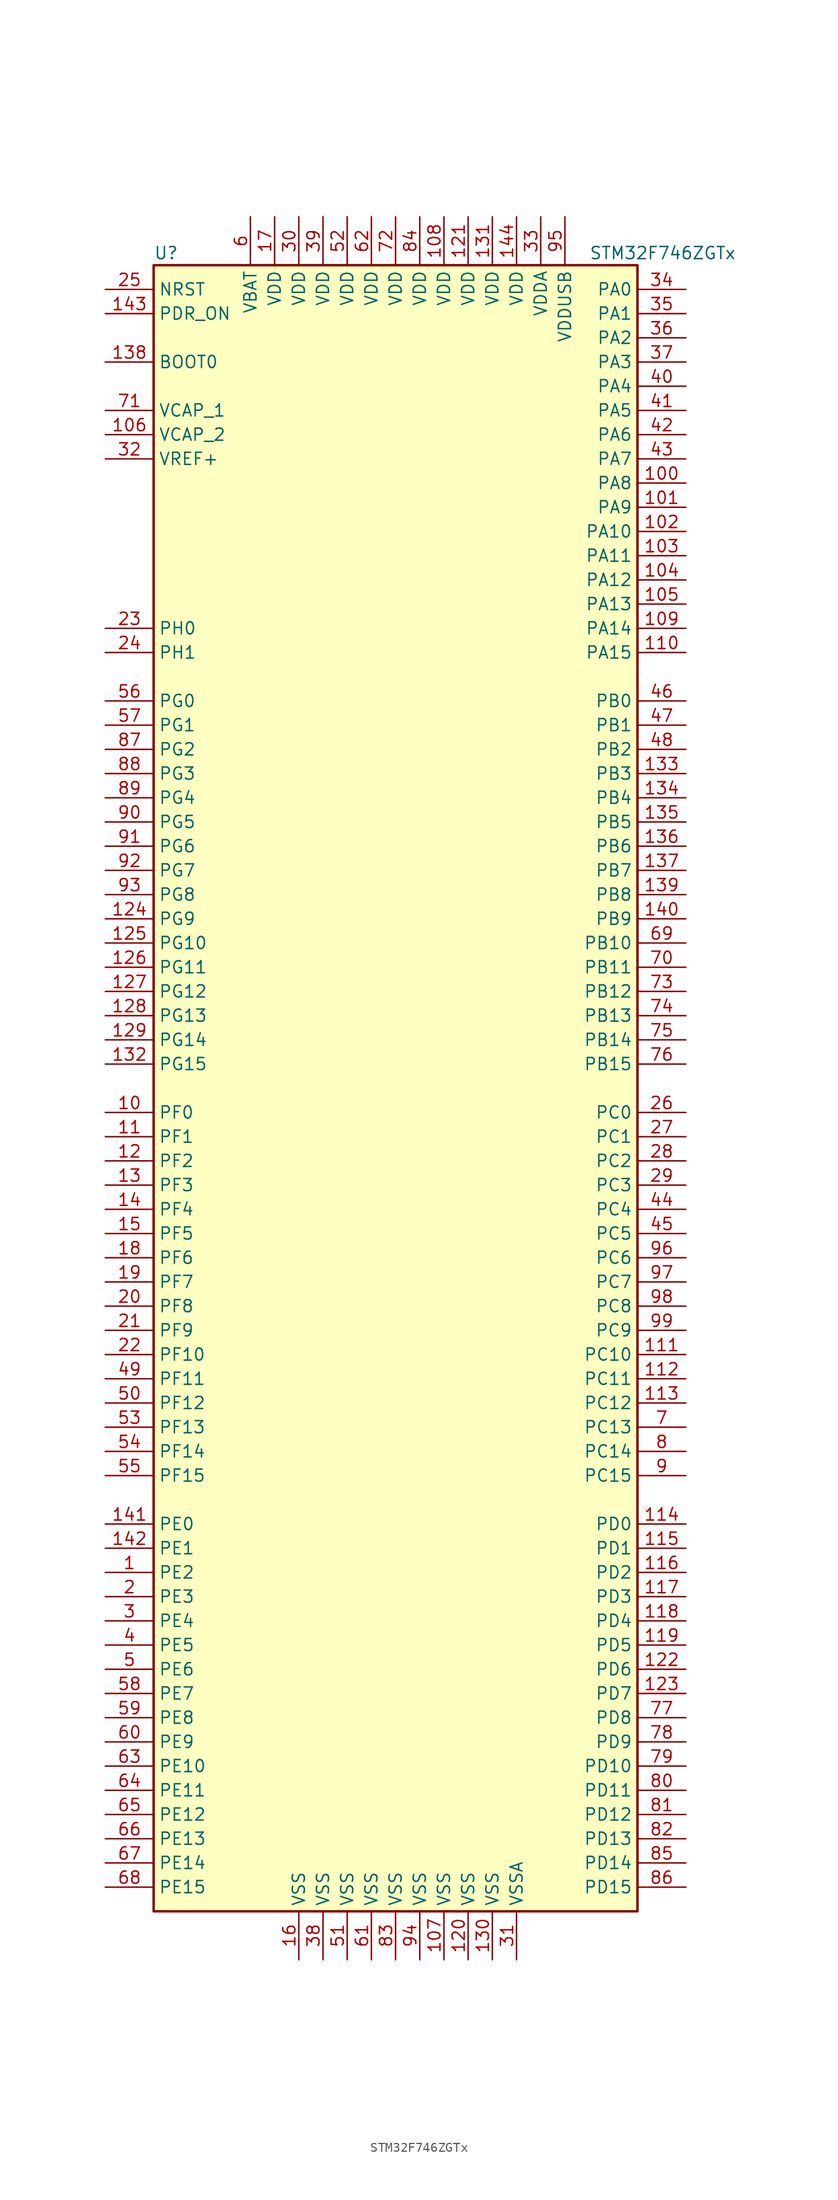
<source format=kicad_sym>
(kicad_symbol_lib
  (version 20201005)
  (generator kicad_symbol_editor)
  (symbol "STM32F746ZGTx"
    (property "Reference" "U"
      (at -25.4 87.63 0)
      (effects (font (size 1.27 1.27)) (justify left)))
    (property "Value" "STM32F746ZGTx"
      (at 20.32 87.63 0)
      (effects (font (size 1.27 1.27)) (justify left)))
    (symbol "STM32F746ZGTx_0_1"
      (rectangle (start -25.4 -86.36) (end 25.4 86.36) (stroke (width 0.254)) (fill (type background))))
    (symbol "STM32F746ZGTx_1_1"
      (pin input line (at -30.48 76.2 0) (length 5.08) (name "BOOT0" (effects (font (size 1.27 1.27)))) (number "138" (effects (font (size 1.27 1.27)))))
      (pin input line (at -30.48 83.82 0) (length 5.08) (name "NRST" (effects (font (size 1.27 1.27)))) (number "25" (effects (font (size 1.27 1.27)))))
      (pin bidirectional line (at 30.48 83.82 180) (length 5.08) (name "PA0" (effects (font (size 1.27 1.27)))) (number "34" (effects (font (size 1.27 1.27)))))
      (pin bidirectional line (at 30.48 81.28 180) (length 5.08) (name "PA1" (effects (font (size 1.27 1.27)))) (number "35" (effects (font (size 1.27 1.27)))))
      (pin bidirectional line (at 30.48 58.42 180) (length 5.08) (name "PA10" (effects (font (size 1.27 1.27)))) (number "102" (effects (font (size 1.27 1.27)))))
      (pin bidirectional line (at 30.48 55.88 180) (length 5.08) (name "PA11" (effects (font (size 1.27 1.27)))) (number "103" (effects (font (size 1.27 1.27)))))
      (pin bidirectional line (at 30.48 53.34 180) (length 5.08) (name "PA12" (effects (font (size 1.27 1.27)))) (number "104" (effects (font (size 1.27 1.27)))))
      (pin bidirectional line (at 30.48 50.8 180) (length 5.08) (name "PA13" (effects (font (size 1.27 1.27)))) (number "105" (effects (font (size 1.27 1.27)))))
      (pin bidirectional line (at 30.48 48.26 180) (length 5.08) (name "PA14" (effects (font (size 1.27 1.27)))) (number "109" (effects (font (size 1.27 1.27)))))
      (pin bidirectional line (at 30.48 45.72 180) (length 5.08) (name "PA15" (effects (font (size 1.27 1.27)))) (number "110" (effects (font (size 1.27 1.27)))))
      (pin bidirectional line (at 30.48 78.74 180) (length 5.08) (name "PA2" (effects (font (size 1.27 1.27)))) (number "36" (effects (font (size 1.27 1.27)))))
      (pin bidirectional line (at 30.48 76.2 180) (length 5.08) (name "PA3" (effects (font (size 1.27 1.27)))) (number "37" (effects (font (size 1.27 1.27)))))
      (pin bidirectional line (at 30.48 73.66 180) (length 5.08) (name "PA4" (effects (font (size 1.27 1.27)))) (number "40" (effects (font (size 1.27 1.27)))))
      (pin bidirectional line (at 30.48 71.12 180) (length 5.08) (name "PA5" (effects (font (size 1.27 1.27)))) (number "41" (effects (font (size 1.27 1.27)))))
      (pin bidirectional line (at 30.48 68.58 180) (length 5.08) (name "PA6" (effects (font (size 1.27 1.27)))) (number "42" (effects (font (size 1.27 1.27)))))
      (pin bidirectional line (at 30.48 66.04 180) (length 5.08) (name "PA7" (effects (font (size 1.27 1.27)))) (number "43" (effects (font (size 1.27 1.27)))))
      (pin bidirectional line (at 30.48 63.5 180) (length 5.08) (name "PA8" (effects (font (size 1.27 1.27)))) (number "100" (effects (font (size 1.27 1.27)))))
      (pin bidirectional line (at 30.48 60.96 180) (length 5.08) (name "PA9" (effects (font (size 1.27 1.27)))) (number "101" (effects (font (size 1.27 1.27)))))
      (pin bidirectional line (at 30.48 40.64 180) (length 5.08) (name "PB0" (effects (font (size 1.27 1.27)))) (number "46" (effects (font (size 1.27 1.27)))))
      (pin bidirectional line (at 30.48 38.1 180) (length 5.08) (name "PB1" (effects (font (size 1.27 1.27)))) (number "47" (effects (font (size 1.27 1.27)))))
      (pin bidirectional line (at 30.48 15.24 180) (length 5.08) (name "PB10" (effects (font (size 1.27 1.27)))) (number "69" (effects (font (size 1.27 1.27)))))
      (pin bidirectional line (at 30.48 12.7 180) (length 5.08) (name "PB11" (effects (font (size 1.27 1.27)))) (number "70" (effects (font (size 1.27 1.27)))))
      (pin bidirectional line (at 30.48 10.16 180) (length 5.08) (name "PB12" (effects (font (size 1.27 1.27)))) (number "73" (effects (font (size 1.27 1.27)))))
      (pin bidirectional line (at 30.48 7.62 180) (length 5.08) (name "PB13" (effects (font (size 1.27 1.27)))) (number "74" (effects (font (size 1.27 1.27)))))
      (pin bidirectional line (at 30.48 5.08 180) (length 5.08) (name "PB14" (effects (font (size 1.27 1.27)))) (number "75" (effects (font (size 1.27 1.27)))))
      (pin bidirectional line (at 30.48 2.54 180) (length 5.08) (name "PB15" (effects (font (size 1.27 1.27)))) (number "76" (effects (font (size 1.27 1.27)))))
      (pin bidirectional line (at 30.48 35.56 180) (length 5.08) (name "PB2" (effects (font (size 1.27 1.27)))) (number "48" (effects (font (size 1.27 1.27)))))
      (pin bidirectional line (at 30.48 33.02 180) (length 5.08) (name "PB3" (effects (font (size 1.27 1.27)))) (number "133" (effects (font (size 1.27 1.27)))))
      (pin bidirectional line (at 30.48 30.48 180) (length 5.08) (name "PB4" (effects (font (size 1.27 1.27)))) (number "134" (effects (font (size 1.27 1.27)))))
      (pin bidirectional line (at 30.48 27.94 180) (length 5.08) (name "PB5" (effects (font (size 1.27 1.27)))) (number "135" (effects (font (size 1.27 1.27)))))
      (pin bidirectional line (at 30.48 25.4 180) (length 5.08) (name "PB6" (effects (font (size 1.27 1.27)))) (number "136" (effects (font (size 1.27 1.27)))))
      (pin bidirectional line (at 30.48 22.86 180) (length 5.08) (name "PB7" (effects (font (size 1.27 1.27)))) (number "137" (effects (font (size 1.27 1.27)))))
      (pin bidirectional line (at 30.48 20.32 180) (length 5.08) (name "PB8" (effects (font (size 1.27 1.27)))) (number "139" (effects (font (size 1.27 1.27)))))
      (pin bidirectional line (at 30.48 17.78 180) (length 5.08) (name "PB9" (effects (font (size 1.27 1.27)))) (number "140" (effects (font (size 1.27 1.27)))))
      (pin bidirectional line (at 30.48 -2.54 180) (length 5.08) (name "PC0" (effects (font (size 1.27 1.27)))) (number "26" (effects (font (size 1.27 1.27)))))
      (pin bidirectional line (at 30.48 -5.08 180) (length 5.08) (name "PC1" (effects (font (size 1.27 1.27)))) (number "27" (effects (font (size 1.27 1.27)))))
      (pin bidirectional line (at 30.48 -27.94 180) (length 5.08) (name "PC10" (effects (font (size 1.27 1.27)))) (number "111" (effects (font (size 1.27 1.27)))))
      (pin bidirectional line (at 30.48 -30.48 180) (length 5.08) (name "PC11" (effects (font (size 1.27 1.27)))) (number "112" (effects (font (size 1.27 1.27)))))
      (pin bidirectional line (at 30.48 -33.02 180) (length 5.08) (name "PC12" (effects (font (size 1.27 1.27)))) (number "113" (effects (font (size 1.27 1.27)))))
      (pin bidirectional line (at 30.48 -35.56 180) (length 5.08) (name "PC13" (effects (font (size 1.27 1.27)))) (number "7" (effects (font (size 1.27 1.27)))))
      (pin bidirectional line (at 30.48 -38.1 180) (length 5.08) (name "PC14" (effects (font (size 1.27 1.27)))) (number "8" (effects (font (size 1.27 1.27)))))
      (pin bidirectional line (at 30.48 -40.64 180) (length 5.08) (name "PC15" (effects (font (size 1.27 1.27)))) (number "9" (effects (font (size 1.27 1.27)))))
      (pin bidirectional line (at 30.48 -7.62 180) (length 5.08) (name "PC2" (effects (font (size 1.27 1.27)))) (number "28" (effects (font (size 1.27 1.27)))))
      (pin bidirectional line (at 30.48 -10.16 180) (length 5.08) (name "PC3" (effects (font (size 1.27 1.27)))) (number "29" (effects (font (size 1.27 1.27)))))
      (pin bidirectional line (at 30.48 -12.7 180) (length 5.08) (name "PC4" (effects (font (size 1.27 1.27)))) (number "44" (effects (font (size 1.27 1.27)))))
      (pin bidirectional line (at 30.48 -15.24 180) (length 5.08) (name "PC5" (effects (font (size 1.27 1.27)))) (number "45" (effects (font (size 1.27 1.27)))))
      (pin bidirectional line (at 30.48 -17.78 180) (length 5.08) (name "PC6" (effects (font (size 1.27 1.27)))) (number "96" (effects (font (size 1.27 1.27)))))
      (pin bidirectional line (at 30.48 -20.32 180) (length 5.08) (name "PC7" (effects (font (size 1.27 1.27)))) (number "97" (effects (font (size 1.27 1.27)))))
      (pin bidirectional line (at 30.48 -22.86 180) (length 5.08) (name "PC8" (effects (font (size 1.27 1.27)))) (number "98" (effects (font (size 1.27 1.27)))))
      (pin bidirectional line (at 30.48 -25.4 180) (length 5.08) (name "PC9" (effects (font (size 1.27 1.27)))) (number "99" (effects (font (size 1.27 1.27)))))
      (pin bidirectional line (at 30.48 -45.72 180) (length 5.08) (name "PD0" (effects (font (size 1.27 1.27)))) (number "114" (effects (font (size 1.27 1.27)))))
      (pin bidirectional line (at 30.48 -48.26 180) (length 5.08) (name "PD1" (effects (font (size 1.27 1.27)))) (number "115" (effects (font (size 1.27 1.27)))))
      (pin bidirectional line (at 30.48 -71.12 180) (length 5.08) (name "PD10" (effects (font (size 1.27 1.27)))) (number "79" (effects (font (size 1.27 1.27)))))
      (pin bidirectional line (at 30.48 -73.66 180) (length 5.08) (name "PD11" (effects (font (size 1.27 1.27)))) (number "80" (effects (font (size 1.27 1.27)))))
      (pin bidirectional line (at 30.48 -76.2 180) (length 5.08) (name "PD12" (effects (font (size 1.27 1.27)))) (number "81" (effects (font (size 1.27 1.27)))))
      (pin bidirectional line (at 30.48 -78.74 180) (length 5.08) (name "PD13" (effects (font (size 1.27 1.27)))) (number "82" (effects (font (size 1.27 1.27)))))
      (pin bidirectional line (at 30.48 -81.28 180) (length 5.08) (name "PD14" (effects (font (size 1.27 1.27)))) (number "85" (effects (font (size 1.27 1.27)))))
      (pin bidirectional line (at 30.48 -83.82 180) (length 5.08) (name "PD15" (effects (font (size 1.27 1.27)))) (number "86" (effects (font (size 1.27 1.27)))))
      (pin bidirectional line (at 30.48 -50.8 180) (length 5.08) (name "PD2" (effects (font (size 1.27 1.27)))) (number "116" (effects (font (size 1.27 1.27)))))
      (pin bidirectional line (at 30.48 -53.34 180) (length 5.08) (name "PD3" (effects (font (size 1.27 1.27)))) (number "117" (effects (font (size 1.27 1.27)))))
      (pin bidirectional line (at 30.48 -55.88 180) (length 5.08) (name "PD4" (effects (font (size 1.27 1.27)))) (number "118" (effects (font (size 1.27 1.27)))))
      (pin bidirectional line (at 30.48 -58.42 180) (length 5.08) (name "PD5" (effects (font (size 1.27 1.27)))) (number "119" (effects (font (size 1.27 1.27)))))
      (pin bidirectional line (at 30.48 -60.96 180) (length 5.08) (name "PD6" (effects (font (size 1.27 1.27)))) (number "122" (effects (font (size 1.27 1.27)))))
      (pin bidirectional line (at 30.48 -63.5 180) (length 5.08) (name "PD7" (effects (font (size 1.27 1.27)))) (number "123" (effects (font (size 1.27 1.27)))))
      (pin bidirectional line (at 30.48 -66.04 180) (length 5.08) (name "PD8" (effects (font (size 1.27 1.27)))) (number "77" (effects (font (size 1.27 1.27)))))
      (pin bidirectional line (at 30.48 -68.58 180) (length 5.08) (name "PD9" (effects (font (size 1.27 1.27)))) (number "78" (effects (font (size 1.27 1.27)))))
      (pin input line (at -30.48 81.28 0) (length 5.08) (name "PDR_ON" (effects (font (size 1.27 1.27)))) (number "143" (effects (font (size 1.27 1.27)))))
      (pin bidirectional line (at -30.48 -45.72 0) (length 5.08) (name "PE0" (effects (font (size 1.27 1.27)))) (number "141" (effects (font (size 1.27 1.27)))))
      (pin bidirectional line (at -30.48 -48.26 0) (length 5.08) (name "PE1" (effects (font (size 1.27 1.27)))) (number "142" (effects (font (size 1.27 1.27)))))
      (pin bidirectional line (at -30.48 -71.12 0) (length 5.08) (name "PE10" (effects (font (size 1.27 1.27)))) (number "63" (effects (font (size 1.27 1.27)))))
      (pin bidirectional line (at -30.48 -73.66 0) (length 5.08) (name "PE11" (effects (font (size 1.27 1.27)))) (number "64" (effects (font (size 1.27 1.27)))))
      (pin bidirectional line (at -30.48 -76.2 0) (length 5.08) (name "PE12" (effects (font (size 1.27 1.27)))) (number "65" (effects (font (size 1.27 1.27)))))
      (pin bidirectional line (at -30.48 -78.74 0) (length 5.08) (name "PE13" (effects (font (size 1.27 1.27)))) (number "66" (effects (font (size 1.27 1.27)))))
      (pin bidirectional line (at -30.48 -81.28 0) (length 5.08) (name "PE14" (effects (font (size 1.27 1.27)))) (number "67" (effects (font (size 1.27 1.27)))))
      (pin bidirectional line (at -30.48 -83.82 0) (length 5.08) (name "PE15" (effects (font (size 1.27 1.27)))) (number "68" (effects (font (size 1.27 1.27)))))
      (pin bidirectional line (at -30.48 -50.8 0) (length 5.08) (name "PE2" (effects (font (size 1.27 1.27)))) (number "1" (effects (font (size 1.27 1.27)))))
      (pin bidirectional line (at -30.48 -53.34 0) (length 5.08) (name "PE3" (effects (font (size 1.27 1.27)))) (number "2" (effects (font (size 1.27 1.27)))))
      (pin bidirectional line (at -30.48 -55.88 0) (length 5.08) (name "PE4" (effects (font (size 1.27 1.27)))) (number "3" (effects (font (size 1.27 1.27)))))
      (pin bidirectional line (at -30.48 -58.42 0) (length 5.08) (name "PE5" (effects (font (size 1.27 1.27)))) (number "4" (effects (font (size 1.27 1.27)))))
      (pin bidirectional line (at -30.48 -60.96 0) (length 5.08) (name "PE6" (effects (font (size 1.27 1.27)))) (number "5" (effects (font (size 1.27 1.27)))))
      (pin bidirectional line (at -30.48 -63.5 0) (length 5.08) (name "PE7" (effects (font (size 1.27 1.27)))) (number "58" (effects (font (size 1.27 1.27)))))
      (pin bidirectional line (at -30.48 -66.04 0) (length 5.08) (name "PE8" (effects (font (size 1.27 1.27)))) (number "59" (effects (font (size 1.27 1.27)))))
      (pin bidirectional line (at -30.48 -68.58 0) (length 5.08) (name "PE9" (effects (font (size 1.27 1.27)))) (number "60" (effects (font (size 1.27 1.27)))))
      (pin bidirectional line (at -30.48 -2.54 0) (length 5.08) (name "PF0" (effects (font (size 1.27 1.27)))) (number "10" (effects (font (size 1.27 1.27)))))
      (pin bidirectional line (at -30.48 -5.08 0) (length 5.08) (name "PF1" (effects (font (size 1.27 1.27)))) (number "11" (effects (font (size 1.27 1.27)))))
      (pin bidirectional line (at -30.48 -27.94 0) (length 5.08) (name "PF10" (effects (font (size 1.27 1.27)))) (number "22" (effects (font (size 1.27 1.27)))))
      (pin bidirectional line (at -30.48 -30.48 0) (length 5.08) (name "PF11" (effects (font (size 1.27 1.27)))) (number "49" (effects (font (size 1.27 1.27)))))
      (pin bidirectional line (at -30.48 -33.02 0) (length 5.08) (name "PF12" (effects (font (size 1.27 1.27)))) (number "50" (effects (font (size 1.27 1.27)))))
      (pin bidirectional line (at -30.48 -35.56 0) (length 5.08) (name "PF13" (effects (font (size 1.27 1.27)))) (number "53" (effects (font (size 1.27 1.27)))))
      (pin bidirectional line (at -30.48 -38.1 0) (length 5.08) (name "PF14" (effects (font (size 1.27 1.27)))) (number "54" (effects (font (size 1.27 1.27)))))
      (pin bidirectional line (at -30.48 -40.64 0) (length 5.08) (name "PF15" (effects (font (size 1.27 1.27)))) (number "55" (effects (font (size 1.27 1.27)))))
      (pin bidirectional line (at -30.48 -7.62 0) (length 5.08) (name "PF2" (effects (font (size 1.27 1.27)))) (number "12" (effects (font (size 1.27 1.27)))))
      (pin bidirectional line (at -30.48 -10.16 0) (length 5.08) (name "PF3" (effects (font (size 1.27 1.27)))) (number "13" (effects (font (size 1.27 1.27)))))
      (pin bidirectional line (at -30.48 -12.7 0) (length 5.08) (name "PF4" (effects (font (size 1.27 1.27)))) (number "14" (effects (font (size 1.27 1.27)))))
      (pin bidirectional line (at -30.48 -15.24 0) (length 5.08) (name "PF5" (effects (font (size 1.27 1.27)))) (number "15" (effects (font (size 1.27 1.27)))))
      (pin bidirectional line (at -30.48 -17.78 0) (length 5.08) (name "PF6" (effects (font (size 1.27 1.27)))) (number "18" (effects (font (size 1.27 1.27)))))
      (pin bidirectional line (at -30.48 -20.32 0) (length 5.08) (name "PF7" (effects (font (size 1.27 1.27)))) (number "19" (effects (font (size 1.27 1.27)))))
      (pin bidirectional line (at -30.48 -22.86 0) (length 5.08) (name "PF8" (effects (font (size 1.27 1.27)))) (number "20" (effects (font (size 1.27 1.27)))))
      (pin bidirectional line (at -30.48 -25.4 0) (length 5.08) (name "PF9" (effects (font (size 1.27 1.27)))) (number "21" (effects (font (size 1.27 1.27)))))
      (pin bidirectional line (at -30.48 40.64 0) (length 5.08) (name "PG0" (effects (font (size 1.27 1.27)))) (number "56" (effects (font (size 1.27 1.27)))))
      (pin bidirectional line (at -30.48 38.1 0) (length 5.08) (name "PG1" (effects (font (size 1.27 1.27)))) (number "57" (effects (font (size 1.27 1.27)))))
      (pin bidirectional line (at -30.48 15.24 0) (length 5.08) (name "PG10" (effects (font (size 1.27 1.27)))) (number "125" (effects (font (size 1.27 1.27)))))
      (pin bidirectional line (at -30.48 12.7 0) (length 5.08) (name "PG11" (effects (font (size 1.27 1.27)))) (number "126" (effects (font (size 1.27 1.27)))))
      (pin bidirectional line (at -30.48 10.16 0) (length 5.08) (name "PG12" (effects (font (size 1.27 1.27)))) (number "127" (effects (font (size 1.27 1.27)))))
      (pin bidirectional line (at -30.48 7.62 0) (length 5.08) (name "PG13" (effects (font (size 1.27 1.27)))) (number "128" (effects (font (size 1.27 1.27)))))
      (pin bidirectional line (at -30.48 5.08 0) (length 5.08) (name "PG14" (effects (font (size 1.27 1.27)))) (number "129" (effects (font (size 1.27 1.27)))))
      (pin bidirectional line (at -30.48 2.54 0) (length 5.08) (name "PG15" (effects (font (size 1.27 1.27)))) (number "132" (effects (font (size 1.27 1.27)))))
      (pin bidirectional line (at -30.48 35.56 0) (length 5.08) (name "PG2" (effects (font (size 1.27 1.27)))) (number "87" (effects (font (size 1.27 1.27)))))
      (pin bidirectional line (at -30.48 33.02 0) (length 5.08) (name "PG3" (effects (font (size 1.27 1.27)))) (number "88" (effects (font (size 1.27 1.27)))))
      (pin bidirectional line (at -30.48 30.48 0) (length 5.08) (name "PG4" (effects (font (size 1.27 1.27)))) (number "89" (effects (font (size 1.27 1.27)))))
      (pin bidirectional line (at -30.48 27.94 0) (length 5.08) (name "PG5" (effects (font (size 1.27 1.27)))) (number "90" (effects (font (size 1.27 1.27)))))
      (pin bidirectional line (at -30.48 25.4 0) (length 5.08) (name "PG6" (effects (font (size 1.27 1.27)))) (number "91" (effects (font (size 1.27 1.27)))))
      (pin bidirectional line (at -30.48 22.86 0) (length 5.08) (name "PG7" (effects (font (size 1.27 1.27)))) (number "92" (effects (font (size 1.27 1.27)))))
      (pin bidirectional line (at -30.48 20.32 0) (length 5.08) (name "PG8" (effects (font (size 1.27 1.27)))) (number "93" (effects (font (size 1.27 1.27)))))
      (pin bidirectional line (at -30.48 17.78 0) (length 5.08) (name "PG9" (effects (font (size 1.27 1.27)))) (number "124" (effects (font (size 1.27 1.27)))))
      (pin input line (at -30.48 48.26 0) (length 5.08) (name "PH0" (effects (font (size 1.27 1.27)))) (number "23" (effects (font (size 1.27 1.27)))))
      (pin input line (at -30.48 45.72 0) (length 5.08) (name "PH1" (effects (font (size 1.27 1.27)))) (number "24" (effects (font (size 1.27 1.27)))))
      (pin power_in line (at -15.24 91.44 270) (length 5.08) (name "VBAT" (effects (font (size 1.27 1.27)))) (number "6" (effects (font (size 1.27 1.27)))))
      (pin power_in line (at -30.48 71.12 0) (length 5.08) (name "VCAP_1" (effects (font (size 1.27 1.27)))) (number "71" (effects (font (size 1.27 1.27)))))
      (pin power_in line (at -30.48 68.58 0) (length 5.08) (name "VCAP_2" (effects (font (size 1.27 1.27)))) (number "106" (effects (font (size 1.27 1.27)))))
      (pin power_in line (at 5.08 91.44 270) (length 5.08) (name "VDD" (effects (font (size 1.27 1.27)))) (number "108" (effects (font (size 1.27 1.27)))))
      (pin power_in line (at 7.62 91.44 270) (length 5.08) (name "VDD" (effects (font (size 1.27 1.27)))) (number "121" (effects (font (size 1.27 1.27)))))
      (pin power_in line (at 10.16 91.44 270) (length 5.08) (name "VDD" (effects (font (size 1.27 1.27)))) (number "131" (effects (font (size 1.27 1.27)))))
      (pin power_in line (at 12.7 91.44 270) (length 5.08) (name "VDD" (effects (font (size 1.27 1.27)))) (number "144" (effects (font (size 1.27 1.27)))))
      (pin power_in line (at -12.7 91.44 270) (length 5.08) (name "VDD" (effects (font (size 1.27 1.27)))) (number "17" (effects (font (size 1.27 1.27)))))
      (pin power_in line (at -10.16 91.44 270) (length 5.08) (name "VDD" (effects (font (size 1.27 1.27)))) (number "30" (effects (font (size 1.27 1.27)))))
      (pin power_in line (at -7.62 91.44 270) (length 5.08) (name "VDD" (effects (font (size 1.27 1.27)))) (number "39" (effects (font (size 1.27 1.27)))))
      (pin power_in line (at -5.08 91.44 270) (length 5.08) (name "VDD" (effects (font (size 1.27 1.27)))) (number "52" (effects (font (size 1.27 1.27)))))
      (pin power_in line (at -2.54 91.44 270) (length 5.08) (name "VDD" (effects (font (size 1.27 1.27)))) (number "62" (effects (font (size 1.27 1.27)))))
      (pin power_in line (at 0 91.44 270) (length 5.08) (name "VDD" (effects (font (size 1.27 1.27)))) (number "72" (effects (font (size 1.27 1.27)))))
      (pin power_in line (at 2.54 91.44 270) (length 5.08) (name "VDD" (effects (font (size 1.27 1.27)))) (number "84" (effects (font (size 1.27 1.27)))))
      (pin power_in line (at 15.24 91.44 270) (length 5.08) (name "VDDA" (effects (font (size 1.27 1.27)))) (number "33" (effects (font (size 1.27 1.27)))))
      (pin power_in line (at 17.78 91.44 270) (length 5.08) (name "VDDUSB" (effects (font (size 1.27 1.27)))) (number "95" (effects (font (size 1.27 1.27)))))
      (pin power_in line (at -30.48 66.04 0) (length 5.08) (name "VREF+" (effects (font (size 1.27 1.27)))) (number "32" (effects (font (size 1.27 1.27)))))
      (pin power_in line (at 5.08 -91.44 90) (length 5.08) (name "VSS" (effects (font (size 1.27 1.27)))) (number "107" (effects (font (size 1.27 1.27)))))
      (pin power_in line (at 7.62 -91.44 90) (length 5.08) (name "VSS" (effects (font (size 1.27 1.27)))) (number "120" (effects (font (size 1.27 1.27)))))
      (pin power_in line (at 10.16 -91.44 90) (length 5.08) (name "VSS" (effects (font (size 1.27 1.27)))) (number "130" (effects (font (size 1.27 1.27)))))
      (pin power_in line (at -10.16 -91.44 90) (length 5.08) (name "VSS" (effects (font (size 1.27 1.27)))) (number "16" (effects (font (size 1.27 1.27)))))
      (pin power_in line (at -7.62 -91.44 90) (length 5.08) (name "VSS" (effects (font (size 1.27 1.27)))) (number "38" (effects (font (size 1.27 1.27)))))
      (pin power_in line (at -5.08 -91.44 90) (length 5.08) (name "VSS" (effects (font (size 1.27 1.27)))) (number "51" (effects (font (size 1.27 1.27)))))
      (pin power_in line (at -2.54 -91.44 90) (length 5.08) (name "VSS" (effects (font (size 1.27 1.27)))) (number "61" (effects (font (size 1.27 1.27)))))
      (pin power_in line (at 0 -91.44 90) (length 5.08) (name "VSS" (effects (font (size 1.27 1.27)))) (number "83" (effects (font (size 1.27 1.27)))))
      (pin power_in line (at 2.54 -91.44 90) (length 5.08) (name "VSS" (effects (font (size 1.27 1.27)))) (number "94" (effects (font (size 1.27 1.27)))))
      (pin power_in line (at 12.7 -91.44 90) (length 5.08) (name "VSSA" (effects (font (size 1.27 1.27)))) (number "31" (effects (font (size 1.27 1.27))))))))
</source>
